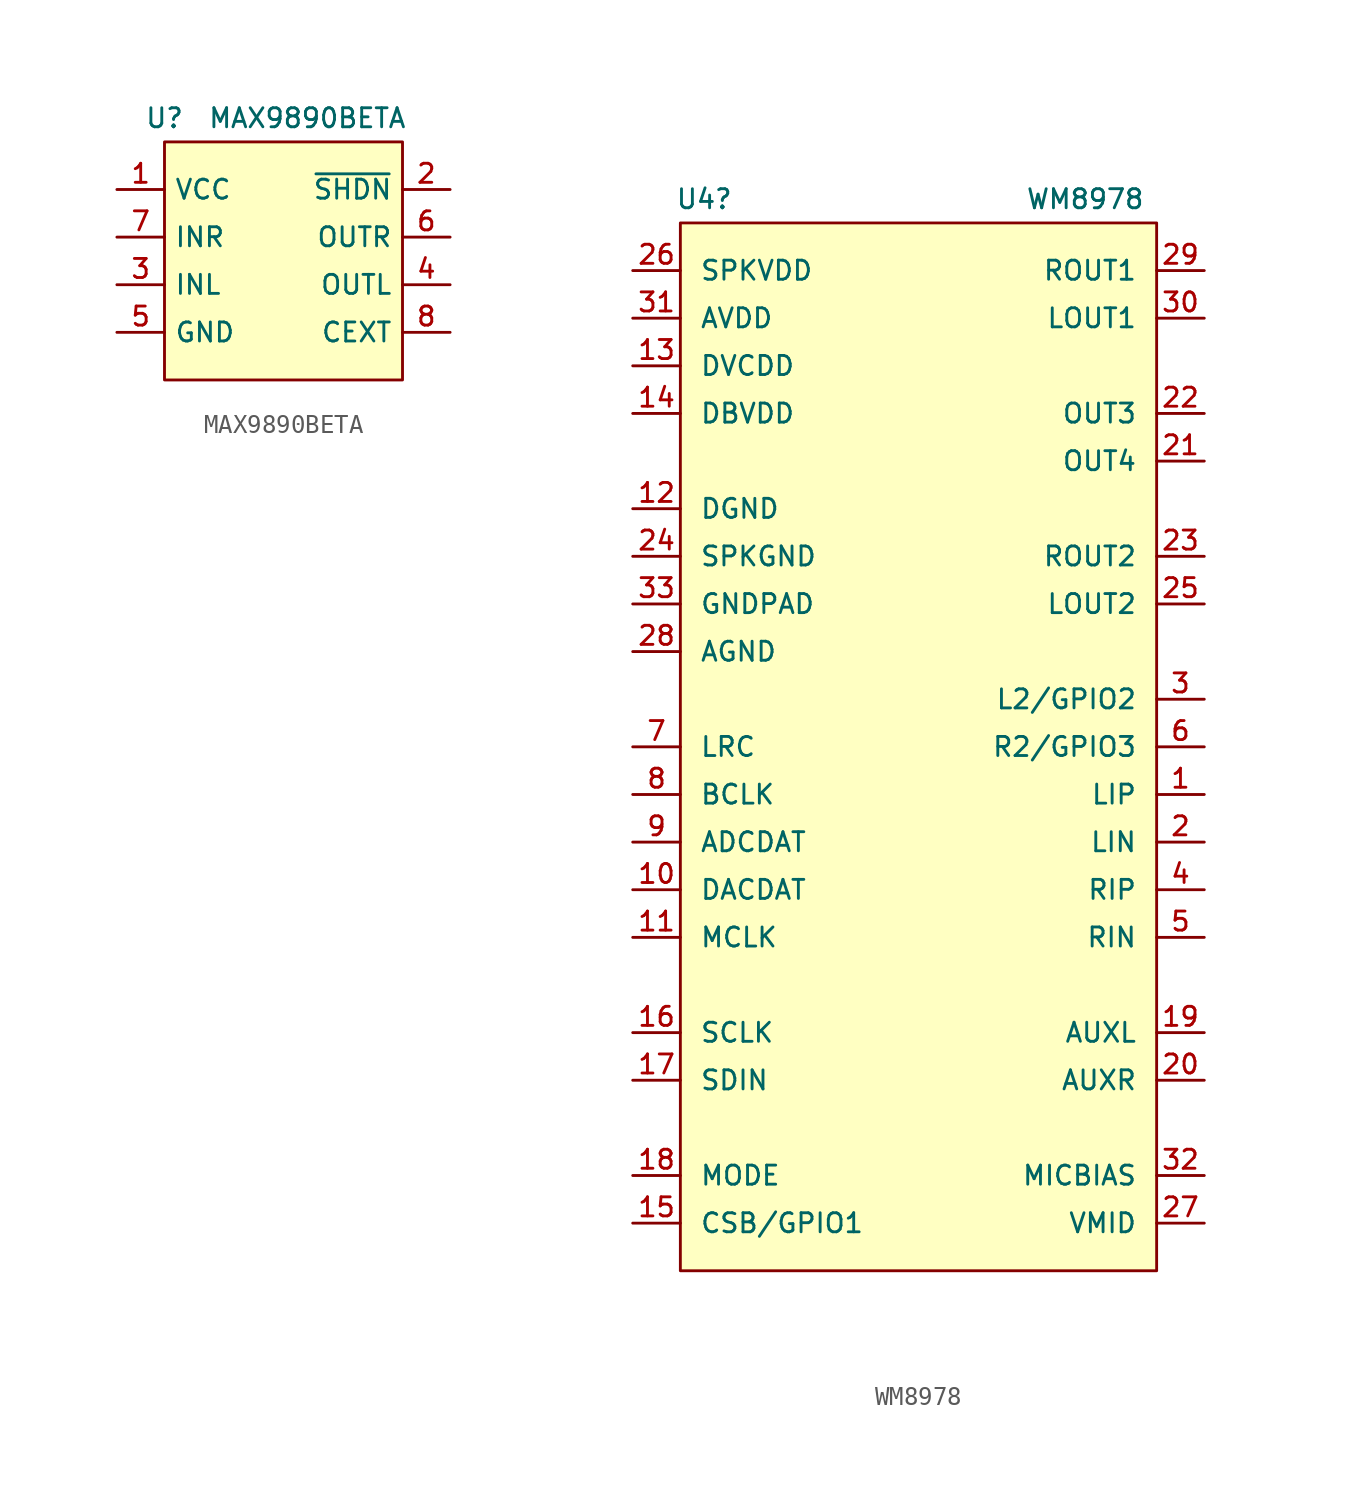
<source format=kicad_sym>
(kicad_symbol_lib
  (version 20211014)
  (generator kicad_symbol_editor)
  (symbol "MAX9890BETA"
    (property "Reference" "U"
      (at -6.35 7.62 0)
      (effects (font (size 1.016 1.016))))
    (property "Value" "MAX9890BETA"
      (at 1.27 7.62 0)
      (effects (font (size 1.016 1.016))))
    (symbol "MAX9890BETA_0_1"
      (rectangle (start -6.35 6.35) (end 6.35 -6.35) (stroke (width 0) (type default) (color 0 0 0 0)) (fill (type background))))
    (symbol "MAX9890BETA_1_1"
      (pin power_in line (at -8.89 3.81 0) (length 2.54) (name "VCC" (effects (font (size 1.016 1.016)))) (number "1" (effects (font (size 1.016 1.016)))))
      (pin input line (at 8.89 3.81 180) (length 2.54) (name "~{SHDN}" (effects (font (size 1.016 1.016)))) (number "2" (effects (font (size 1.016 1.016)))))
      (pin input line (at -8.89 -1.27 0) (length 2.54) (name "INL" (effects (font (size 1.016 1.016)))) (number "3" (effects (font (size 1.016 1.016)))))
      (pin output line (at 8.89 -1.27 180) (length 2.54) (name "OUTL" (effects (font (size 1.016 1.016)))) (number "4" (effects (font (size 1.016 1.016)))))
      (pin power_in line (at -8.89 -3.81 0) (length 2.54) (name "GND" (effects (font (size 1.016 1.016)))) (number "5" (effects (font (size 1.016 1.016)))))
      (pin output line (at 8.89 1.27 180) (length 2.54) (name "OUTR" (effects (font (size 1.016 1.016)))) (number "6" (effects (font (size 1.016 1.016)))))
      (pin input line (at -8.89 1.27 0) (length 2.54) (name "INR" (effects (font (size 1.016 1.016)))) (number "7" (effects (font (size 1.016 1.016)))))
      (pin passive line (at 8.89 -3.81 180) (length 2.54) (name "CEXT" (effects (font (size 1.016 1.016)))) (number "8" (effects (font (size 1.016 1.016)))))
      (pin power_in line (at -8.89 -3.81 0) (length 2.54) hide (name "GND" (effects (font (size 1.016 1.016)))) (number "9" (effects (font (size 1.016 1.016)))))))
  (symbol "WM8978"
    (pin_names
      (offset 1.016))
    (property "Reference" "U4"
      (at -11.43 29.21 0)
      (effects (font (size 1.016 1.016))))
    (property "Value" "WM8978"
      (at 8.89 29.21 0)
      (effects (font (size 1.016 1.016))))
    (symbol "WM8978_0_1"
      (rectangle (start -12.7 27.94) (end 12.7 -27.94) (stroke (width 0) (type default) (color 0 0 0 0)) (fill (type background))))
    (symbol "WM8978_1_1"
      (pin input line (at 15.24 -2.54 180) (length 2.54) (name "LIP" (effects (font (size 1.016 1.016)))) (number "1" (effects (font (size 1.016 1.016)))))
      (pin input line (at -15.24 -7.62 0) (length 2.54) (name "DACDAT" (effects (font (size 1.016 1.016)))) (number "10" (effects (font (size 1.016 1.016)))))
      (pin input line (at -15.24 -10.16 0) (length 2.54) (name "MCLK" (effects (font (size 1.016 1.016)))) (number "11" (effects (font (size 1.016 1.016)))))
      (pin power_in line (at -15.24 12.7 0) (length 2.54) (name "DGND" (effects (font (size 1.016 1.016)))) (number "12" (effects (font (size 1.016 1.016)))))
      (pin power_in line (at -15.24 20.32 0) (length 2.54) (name "DVCDD" (effects (font (size 1.016 1.016)))) (number "13" (effects (font (size 1.016 1.016)))))
      (pin power_in line (at -15.24 17.78 0) (length 2.54) (name "DBVDD" (effects (font (size 1.016 1.016)))) (number "14" (effects (font (size 1.016 1.016)))))
      (pin bidirectional line (at -15.24 -25.4 0) (length 2.54) (name "CSB/GPIO1" (effects (font (size 1.016 1.016)))) (number "15" (effects (font (size 1.016 1.016)))))
      (pin input line (at -15.24 -15.24 0) (length 2.54) (name "SCLK" (effects (font (size 1.016 1.016)))) (number "16" (effects (font (size 1.016 1.016)))))
      (pin bidirectional line (at -15.24 -17.78 0) (length 2.54) (name "SDIN" (effects (font (size 1.016 1.016)))) (number "17" (effects (font (size 1.016 1.016)))))
      (pin input line (at -15.24 -22.86 0) (length 2.54) (name "MODE" (effects (font (size 1.016 1.016)))) (number "18" (effects (font (size 1.016 1.016)))))
      (pin input line (at 15.24 -15.24 180) (length 2.54) (name "AUXL" (effects (font (size 1.016 1.016)))) (number "19" (effects (font (size 1.016 1.016)))))
      (pin input line (at 15.24 -5.08 180) (length 2.54) (name "LIN" (effects (font (size 1.016 1.016)))) (number "2" (effects (font (size 1.016 1.016)))))
      (pin input line (at 15.24 -17.78 180) (length 2.54) (name "AUXR" (effects (font (size 1.016 1.016)))) (number "20" (effects (font (size 1.016 1.016)))))
      (pin output line (at 15.24 15.24 180) (length 2.54) (name "OUT4" (effects (font (size 1.016 1.016)))) (number "21" (effects (font (size 1.016 1.016)))))
      (pin output line (at 15.24 17.78 180) (length 2.54) (name "OUT3" (effects (font (size 1.016 1.016)))) (number "22" (effects (font (size 1.016 1.016)))))
      (pin output line (at 15.24 10.16 180) (length 2.54) (name "ROUT2" (effects (font (size 1.016 1.016)))) (number "23" (effects (font (size 1.016 1.016)))))
      (pin power_in line (at -15.24 10.16 0) (length 2.54) (name "SPKGND" (effects (font (size 1.016 1.016)))) (number "24" (effects (font (size 1.016 1.016)))))
      (pin output line (at 15.24 7.62 180) (length 2.54) (name "LOUT2" (effects (font (size 1.016 1.016)))) (number "25" (effects (font (size 1.016 1.016)))))
      (pin power_in line (at -15.24 25.4 0) (length 2.54) (name "SPKVDD" (effects (font (size 1.016 1.016)))) (number "26" (effects (font (size 1.016 1.016)))))
      (pin passive line (at 15.24 -25.4 180) (length 2.54) (name "VMID" (effects (font (size 1.016 1.016)))) (number "27" (effects (font (size 1.016 1.016)))))
      (pin power_in line (at -15.24 5.08 0) (length 2.54) (name "AGND" (effects (font (size 1.016 1.016)))) (number "28" (effects (font (size 1.016 1.016)))))
      (pin output line (at 15.24 25.4 180) (length 2.54) (name "ROUT1" (effects (font (size 1.016 1.016)))) (number "29" (effects (font (size 1.016 1.016)))))
      (pin output line (at 15.24 2.54 180) (length 2.54) (name "L2/GPIO2" (effects (font (size 1.016 1.016)))) (number "3" (effects (font (size 1.016 1.016)))))
      (pin output line (at 15.24 22.86 180) (length 2.54) (name "LOUT1" (effects (font (size 1.016 1.016)))) (number "30" (effects (font (size 1.016 1.016)))))
      (pin power_in line (at -15.24 22.86 0) (length 2.54) (name "AVDD" (effects (font (size 1.016 1.016)))) (number "31" (effects (font (size 1.016 1.016)))))
      (pin output line (at 15.24 -22.86 180) (length 2.54) (name "MICBIAS" (effects (font (size 1.016 1.016)))) (number "32" (effects (font (size 1.016 1.016)))))
      (pin power_in line (at -15.24 7.62 0) (length 2.54) (name "GNDPAD" (effects (font (size 1.016 1.016)))) (number "33" (effects (font (size 1.016 1.016)))))
      (pin input line (at 15.24 -7.62 180) (length 2.54) (name "RIP" (effects (font (size 1.016 1.016)))) (number "4" (effects (font (size 1.016 1.016)))))
      (pin input line (at 15.24 -10.16 180) (length 2.54) (name "RIN" (effects (font (size 1.016 1.016)))) (number "5" (effects (font (size 1.016 1.016)))))
      (pin input line (at 15.24 0 180) (length 2.54) (name "R2/GPIO3" (effects (font (size 1.016 1.016)))) (number "6" (effects (font (size 1.016 1.016)))))
      (pin bidirectional line (at -15.24 0 0) (length 2.54) (name "LRC" (effects (font (size 1.016 1.016)))) (number "7" (effects (font (size 1.016 1.016)))))
      (pin bidirectional line (at -15.24 -2.54 0) (length 2.54) (name "BCLK" (effects (font (size 1.016 1.016)))) (number "8" (effects (font (size 1.016 1.016)))))
      (pin output line (at -15.24 -5.08 0) (length 2.54) (name "ADCDAT" (effects (font (size 1.016 1.016)))) (number "9" (effects (font (size 1.016 1.016))))))))
</source>
